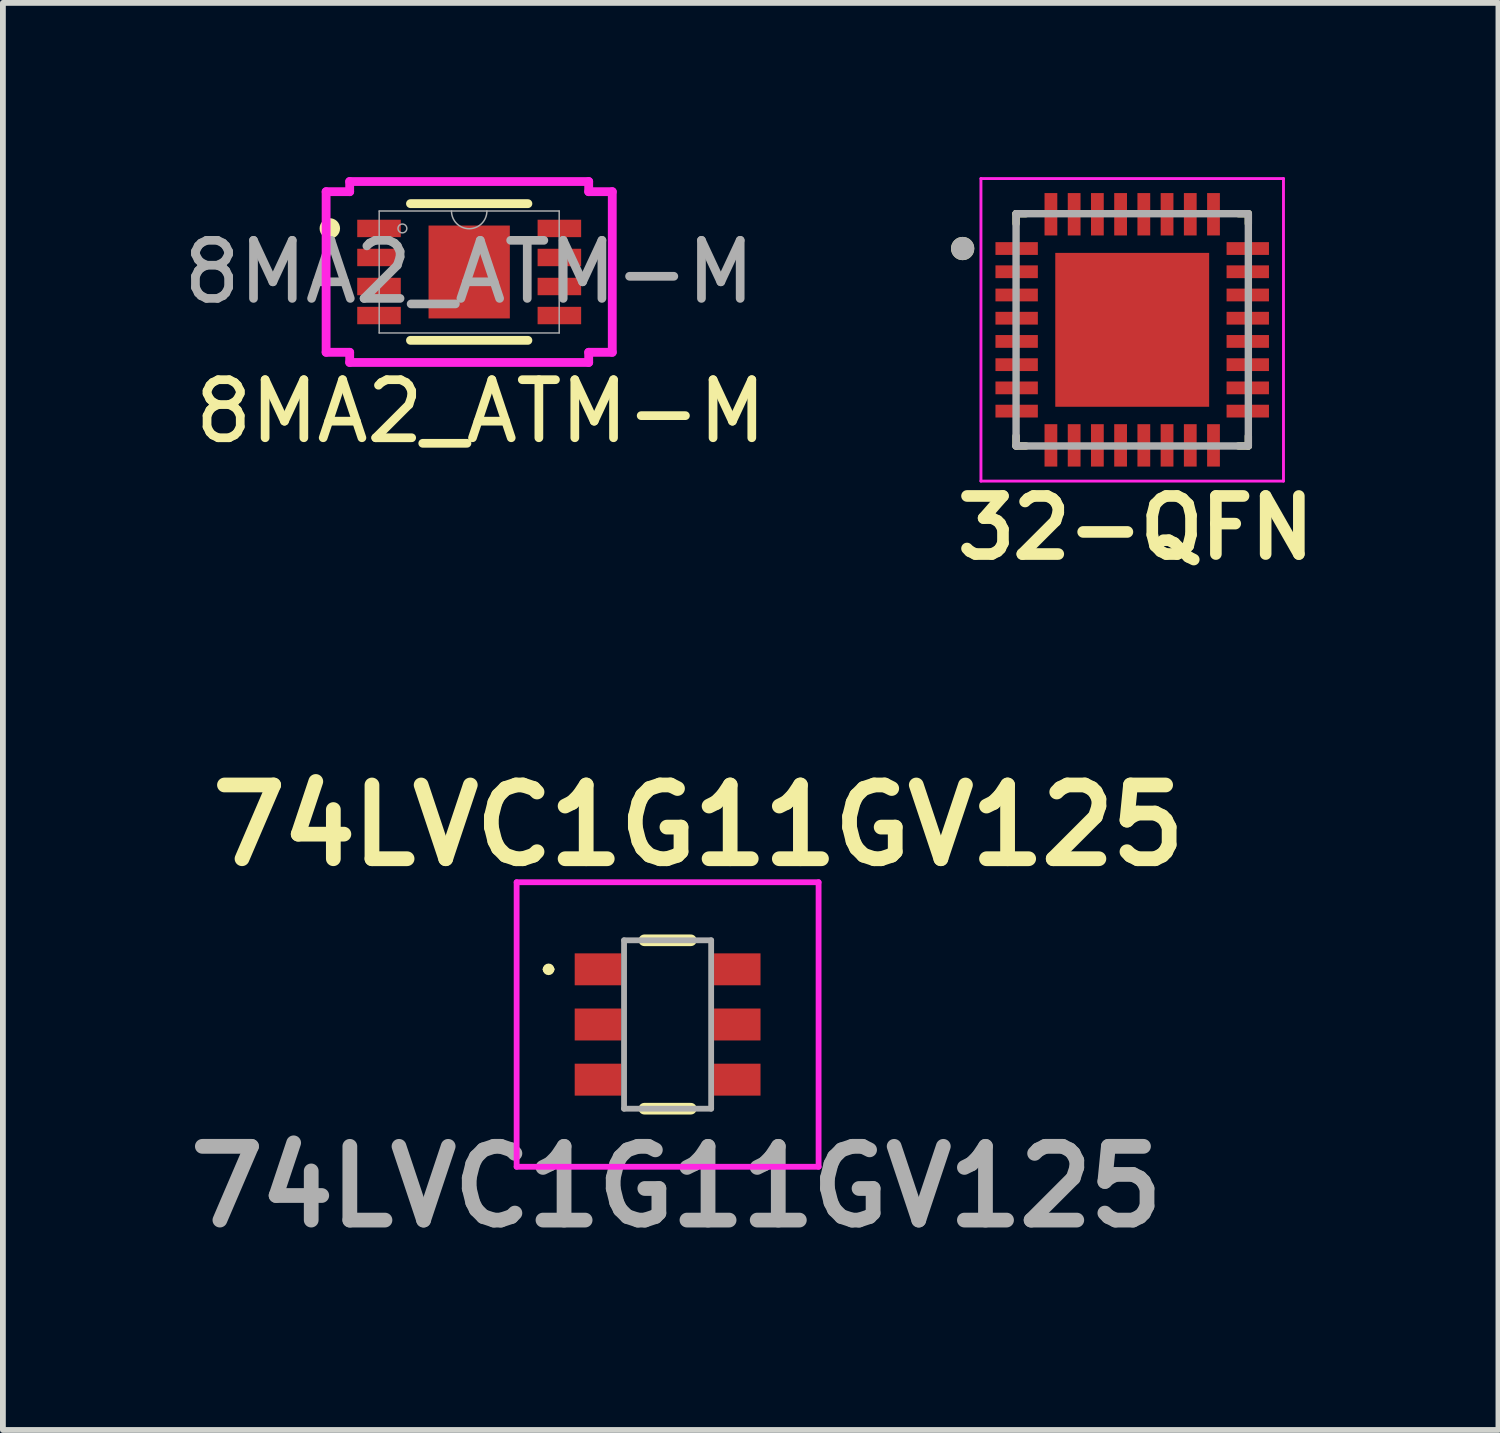
<source format=kicad_pcb>
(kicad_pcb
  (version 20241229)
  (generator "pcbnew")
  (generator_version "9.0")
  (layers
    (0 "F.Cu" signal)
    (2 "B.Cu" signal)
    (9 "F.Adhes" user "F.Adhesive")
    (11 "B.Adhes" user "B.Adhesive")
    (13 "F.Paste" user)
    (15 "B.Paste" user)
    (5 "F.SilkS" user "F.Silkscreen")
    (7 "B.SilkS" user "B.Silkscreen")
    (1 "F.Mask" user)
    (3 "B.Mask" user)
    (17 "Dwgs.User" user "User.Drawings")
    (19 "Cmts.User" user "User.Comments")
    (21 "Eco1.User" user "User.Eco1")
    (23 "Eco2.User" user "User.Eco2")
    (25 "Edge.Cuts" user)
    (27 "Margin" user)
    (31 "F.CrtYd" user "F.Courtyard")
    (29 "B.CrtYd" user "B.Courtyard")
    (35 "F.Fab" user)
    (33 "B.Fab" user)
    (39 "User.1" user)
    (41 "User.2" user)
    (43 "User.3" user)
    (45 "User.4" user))
  (footprint "32-QFN"
    (layer "F.Cu")
    (at 16.448 2.63)
    (property "Reference" "32-QFN" (at 0.06 3.409 0) (layer "F.SilkS") (effects (font (size 1 1) (thickness 0.2))))
    (attr through_hole)
    (fp_line (start -2 -2) (end -2 -1.83) (stroke (width 0.127) (type solid)) (layer "F.SilkS"))
    (fp_line (start -2 -2) (end -1.83 -2) (stroke (width 0.127) (type solid)) (layer "F.SilkS"))
    (fp_line (start -2 2) (end -2 1.83) (stroke (width 0.127) (type solid)) (layer "F.SilkS"))
    (fp_line (start -2 2) (end -1.83 2) (stroke (width 0.127) (type solid)) (layer "F.SilkS"))
    (fp_line (start 2 -2) (end 1.83 -2) (stroke (width 0.127) (type solid)) (layer "F.SilkS"))
    (fp_line (start 2 -2) (end 2 -1.83) (stroke (width 0.127) (type solid)) (layer "F.SilkS"))
    (fp_line (start 2 2) (end 1.83 2) (stroke (width 0.127) (type solid)) (layer "F.SilkS"))
    (fp_line (start 2 2) (end 2 1.83) (stroke (width 0.127) (type solid)) (layer "F.SilkS"))
    (fp_circle (center -2.92 -1.4) (end -2.82 -1.4) (stroke (width 0.2) (type solid)) (fill no) (layer "F.SilkS"))
    (fp_poly (pts (xy -0.84 -0.84) (xy 0.84 -0.84) (xy 0.84 0.84) (xy -0.84 0.84)) (stroke (width 0.01) (type solid)) (fill yes) (layer "F.Paste"))
    (fp_line (start -2.605 -2.605) (end 2.605 -2.605) (stroke (width 0.05) (type solid)) (layer "F.CrtYd"))
    (fp_line (start -2.605 2.605) (end -2.605 -2.605) (stroke (width 0.05) (type solid)) (layer "F.CrtYd"))
    (fp_line (start -2.605 2.605) (end 2.605 2.605) (stroke (width 0.05) (type solid)) (layer "F.CrtYd"))
    (fp_line (start 2.605 2.605) (end 2.605 -2.605) (stroke (width 0.05) (type solid)) (layer "F.CrtYd"))
    (fp_line (start -2 2) (end -2 -2) (stroke (width 0.127) (type solid)) (layer "F.Fab"))
    (fp_line (start 2 -2) (end -2 -2) (stroke (width 0.127) (type solid)) (layer "F.Fab"))
    (fp_line (start 2 2) (end -2 2) (stroke (width 0.127) (type solid)) (layer "F.Fab"))
    (fp_line (start 2 2) (end 2 -2) (stroke (width 0.127) (type solid)) (layer "F.Fab"))
    (fp_circle (center -2.92 -1.4) (end -2.82 -1.4) (stroke (width 0.2) (type solid)) (fill no) (layer "F.Fab"))
    (pad "1" smd rect (at -1.99 -1.4) (size 0.73 0.22) (layers "F.Cu" "F.Mask" "F.Paste"))
    (pad "2" smd rect (at -1.99 -1) (size 0.73 0.22) (layers "F.Cu" "F.Mask" "F.Paste"))
    (pad "3" smd rect (at -1.99 -0.6) (size 0.73 0.22) (layers "F.Cu" "F.Mask" "F.Paste"))
    (pad "4" smd rect (at -1.99 -0.2) (size 0.73 0.22) (layers "F.Cu" "F.Mask" "F.Paste"))
    (pad "5" smd rect (at -1.99 0.2) (size 0.73 0.22) (layers "F.Cu" "F.Mask" "F.Paste"))
    (pad "6" smd rect (at -1.99 0.6) (size 0.73 0.22) (layers "F.Cu" "F.Mask" "F.Paste"))
    (pad "7" smd rect (at -1.99 1) (size 0.73 0.22) (layers "F.Cu" "F.Mask" "F.Paste"))
    (pad "8" smd rect (at -1.99 1.4) (size 0.73 0.22) (layers "F.Cu" "F.Mask" "F.Paste"))
    (pad "9" smd rect (at -1.4 1.99) (size 0.22 0.73) (layers "F.Cu" "F.Mask" "F.Paste"))
    (pad "10" smd rect (at -1 1.99) (size 0.22 0.73) (layers "F.Cu" "F.Mask" "F.Paste"))
    (pad "11" smd rect (at -0.6 1.99) (size 0.22 0.73) (layers "F.Cu" "F.Mask" "F.Paste"))
    (pad "12" smd rect (at -0.2 1.99) (size 0.22 0.73) (layers "F.Cu" "F.Mask" "F.Paste"))
    (pad "13" smd rect (at 0.2 1.99) (size 0.22 0.73) (layers "F.Cu" "F.Mask" "F.Paste"))
    (pad "14" smd rect (at 0.6 1.99) (size 0.22 0.73) (layers "F.Cu" "F.Mask" "F.Paste"))
    (pad "15" smd rect (at 1 1.99) (size 0.22 0.73) (layers "F.Cu" "F.Mask" "F.Paste"))
    (pad "16" smd rect (at 1.4 1.99) (size 0.22 0.73) (layers "F.Cu" "F.Mask" "F.Paste"))
    (pad "17" smd rect (at 1.99 1.4) (size 0.73 0.22) (layers "F.Cu" "F.Mask" "F.Paste"))
    (pad "18" smd rect (at 1.99 1) (size 0.73 0.22) (layers "F.Cu" "F.Mask" "F.Paste"))
    (pad "19" smd rect (at 1.99 0.6) (size 0.73 0.22) (layers "F.Cu" "F.Mask" "F.Paste"))
    (pad "20" smd rect (at 1.99 0.2) (size 0.73 0.22) (layers "F.Cu" "F.Mask" "F.Paste"))
    (pad "21" smd rect (at 1.99 -0.2) (size 0.73 0.22) (layers "F.Cu" "F.Mask" "F.Paste"))
    (pad "22" smd rect (at 1.99 -0.6) (size 0.73 0.22) (layers "F.Cu" "F.Mask" "F.Paste"))
    (pad "23" smd rect (at 1.99 -1) (size 0.73 0.22) (layers "F.Cu" "F.Mask" "F.Paste"))
    (pad "24" smd rect (at 1.99 -1.4) (size 0.73 0.22) (layers "F.Cu" "F.Mask" "F.Paste"))
    (pad "25" smd rect (at 1.4 -1.99) (size 0.22 0.73) (layers "F.Cu" "F.Mask" "F.Paste"))
    (pad "26" smd rect (at 1 -1.99) (size 0.22 0.73) (layers "F.Cu" "F.Mask" "F.Paste"))
    (pad "27" smd rect (at 0.6 -1.99) (size 0.22 0.73) (layers "F.Cu" "F.Mask" "F.Paste"))
    (pad "28" smd rect (at 0.2 -1.99) (size 0.22 0.73) (layers "F.Cu" "F.Mask" "F.Paste"))
    (pad "29" smd rect (at -0.2 -1.99) (size 0.22 0.73) (layers "F.Cu" "F.Mask" "F.Paste"))
    (pad "30" smd rect (at -0.6 -1.99) (size 0.22 0.73) (layers "F.Cu" "F.Mask" "F.Paste"))
    (pad "31" smd rect (at -1 -1.99) (size 0.22 0.73) (layers "F.Cu" "F.Mask" "F.Paste"))
    (pad "32" smd rect (at -1.4 -1.99) (size 0.22 0.73) (layers "F.Cu" "F.Mask" "F.Paste"))
    (pad "33" smd rect (at 0 0) (size 2.65 2.65) (layers "F.Cu" "F.Mask")))
  (footprint "74LVC1G11GV125"
    (layer "F.Cu")
    (at 8.447 14.593)
    (property "Reference" "74LVC1G11GV125" (at 0.533 -3.429 0) (layer "F.SilkS") (effects (font (size 1.27 1.27) (thickness 0.254))))
    (attr smd)
    (fp_line (start -2.1 -0.95) (end -2.1 -0.95) (stroke (width 0.1) (type solid)) (layer "F.SilkS"))
    (fp_line (start -2 -0.95) (end -2 -0.95) (stroke (width 0.1) (type solid)) (layer "F.SilkS"))
    (fp_line (start -0.4 -1.45) (end 0.4 -1.45) (stroke (width 0.2) (type solid)) (layer "F.SilkS"))
    (fp_line (start -0.4 1.45) (end 0.4 1.45) (stroke (width 0.2) (type solid)) (layer "F.SilkS"))
    (fp_arc (start -2.1 -0.95) (mid -2.05 -1) (end -2 -0.95) (stroke (width 0.1) (type solid)) (layer "F.SilkS"))
    (fp_arc (start -2 -0.95) (mid -2.05 -0.9) (end -2.1 -0.95) (stroke (width 0.1) (type solid)) (layer "F.SilkS"))
    (fp_line (start -2.6 -2.45) (end 2.6 -2.45) (stroke (width 0.1) (type solid)) (layer "F.CrtYd"))
    (fp_line (start -2.6 2.45) (end -2.6 -2.45) (stroke (width 0.1) (type solid)) (layer "F.CrtYd"))
    (fp_line (start 2.6 -2.45) (end 2.6 2.45) (stroke (width 0.1) (type solid)) (layer "F.CrtYd"))
    (fp_line (start 2.6 2.45) (end -2.6 2.45) (stroke (width 0.1) (type solid)) (layer "F.CrtYd"))
    (fp_line (start -0.75 -1.45) (end -0.75 1.45) (stroke (width 0.1) (type solid)) (layer "F.Fab"))
    (fp_line (start -0.75 1.45) (end 0.75 1.45) (stroke (width 0.1) (type solid)) (layer "F.Fab"))
    (fp_line (start 0.75 -1.45) (end -0.75 -1.45) (stroke (width 0.1) (type solid)) (layer "F.Fab"))
    (fp_line (start 0.75 1.45) (end 0.75 -1.45) (stroke (width 0.1) (type solid)) (layer "F.Fab"))
    (fp_text user "${REFERENCE}" (at 0.152 2.794 0) (layer "F.Fab") (effects (font (size 1.27 1.27) (thickness 0.254))))
    (pad "1" smd rect (at -1.2 -0.95 90) (size 0.55 0.8) (layers "F.Cu" "F.Mask" "F.Paste"))
    (pad "2" smd rect (at -1.2 0 90) (size 0.55 0.8) (layers "F.Cu" "F.Mask" "F.Paste"))
    (pad "3" smd rect (at -1.2 0.95 90) (size 0.55 0.8) (layers "F.Cu" "F.Mask" "F.Paste"))
    (pad "4" smd rect (at 1.2 0.95 90) (size 0.55 0.8) (layers "F.Cu" "F.Mask" "F.Paste"))
    (pad "5" smd rect (at 1.2 0 90) (size 0.55 0.8) (layers "F.Cu" "F.Mask" "F.Paste"))
    (pad "6" smd rect (at 1.2 -0.95 90) (size 0.55 0.8) (layers "F.Cu" "F.Mask" "F.Paste")))
  (footprint "8MA2_ATM-M"
    (layer "F.Cu")
    (at 5.03 1.634)
    (property "Reference" "8MA2_ATM-M" (at 0.2 2.4 0) (unlocked yes) (layer "F.SilkS") (effects (font (size 1 1) (thickness 0.15))))
    (attr smd)
    (fp_line (start -1.011 1.177) (end 1.011 1.177) (stroke (width 0.152) (type solid)) (layer "F.SilkS"))
    (fp_line (start 1.011 -1.177) (end -1.011 -1.177) (stroke (width 0.152) (type solid)) (layer "F.SilkS"))
    (fp_circle (center -2.4 -0.75) (end -2.3 -0.75) (stroke (width 0.152) (type solid)) (fill yes) (layer "F.SilkS"))
    (fp_line (start -2.464 -1.383) (end -2.058 -1.383) (stroke (width 0.152) (type solid)) (layer "F.CrtYd"))
    (fp_line (start -2.464 1.383) (end -2.464 -1.383) (stroke (width 0.152) (type solid)) (layer "F.CrtYd"))
    (fp_line (start -2.464 1.383) (end -2.058 1.383) (stroke (width 0.152) (type solid)) (layer "F.CrtYd"))
    (fp_line (start -2.058 -1.558) (end 2.058 -1.558) (stroke (width 0.152) (type solid)) (layer "F.CrtYd"))
    (fp_line (start -2.058 -1.383) (end -2.058 -1.558) (stroke (width 0.152) (type solid)) (layer "F.CrtYd"))
    (fp_line (start -2.058 1.558) (end -2.058 1.383) (stroke (width 0.152) (type solid)) (layer "F.CrtYd"))
    (fp_line (start 2.058 -1.558) (end 2.058 -1.383) (stroke (width 0.152) (type solid)) (layer "F.CrtYd"))
    (fp_line (start 2.058 1.383) (end 2.058 1.558) (stroke (width 0.152) (type solid)) (layer "F.CrtYd"))
    (fp_line (start 2.058 1.558) (end -2.058 1.558) (stroke (width 0.152) (type solid)) (layer "F.CrtYd"))
    (fp_line (start 2.464 -1.383) (end 2.058 -1.383) (stroke (width 0.152) (type solid)) (layer "F.CrtYd"))
    (fp_line (start 2.464 -1.383) (end 2.464 1.383) (stroke (width 0.152) (type solid)) (layer "F.CrtYd"))
    (fp_line (start 2.464 1.383) (end 2.058 1.383) (stroke (width 0.152) (type solid)) (layer "F.CrtYd"))
    (fp_line (start -1.55 -1.05) (end -1.55 1.05) (stroke (width 0.025) (type solid)) (layer "F.Fab"))
    (fp_line (start -1.55 1.05) (end 1.55 1.05) (stroke (width 0.025) (type solid)) (layer "F.Fab"))
    (fp_line (start 1.55 -1.05) (end -1.55 -1.05) (stroke (width 0.025) (type solid)) (layer "F.Fab"))
    (fp_line (start 1.55 1.05) (end 1.55 -1.05) (stroke (width 0.025) (type solid)) (layer "F.Fab"))
    (fp_arc (start 0.3048 -1.05) (mid 0 -0.7452) (end -0.3048 -1.05) (stroke (width 0.0254) (type solid)) (layer "F.Fab"))
    (fp_circle (center -1.15 -0.75) (end -1.074 -0.75) (stroke (width 0.025) (type solid)) (fill no) (layer "F.Fab"))
    (fp_text user "${REFERENCE}" (at 0 0 0) (unlocked yes) (layer "F.Fab") (effects (font (size 1 1) (thickness 0.15))))
    (pad "1" smd rect (at -1.553 -0.75) (size 0.75 0.3) (layers "F.Cu" "F.Mask" "F.Paste"))
    (pad "2" smd rect (at -1.553 -0.25) (size 0.75 0.3) (layers "F.Cu" "F.Mask" "F.Paste"))
    (pad "3" smd rect (at -1.553 0.25) (size 0.75 0.3) (layers "F.Cu" "F.Mask" "F.Paste"))
    (pad "4" smd rect (at -1.553 0.75) (size 0.75 0.3) (layers "F.Cu" "F.Mask" "F.Paste"))
    (pad "5" smd rect (at 1.553 0.75) (size 0.75 0.3) (layers "F.Cu" "F.Mask" "F.Paste"))
    (pad "6" smd rect (at 1.553 0.25) (size 0.75 0.3) (layers "F.Cu" "F.Mask" "F.Paste"))
    (pad "7" smd rect (at 1.553 -0.25) (size 0.75 0.3) (layers "F.Cu" "F.Mask" "F.Paste"))
    (pad "8" smd rect (at 1.553 -0.75) (size 0.75 0.3) (layers "F.Cu" "F.Mask" "F.Paste"))
    (pad "9" smd rect (at 0 0) (size 1.4 1.6) (layers "F.Cu" "F.Mask" "F.Paste")))
  (gr_rect
    (start -3 -3)
    (end 22.755 21.576)
    (stroke (width 0.1) (type default))
    (fill no)
    (layer "Edge.Cuts")))
</source>
